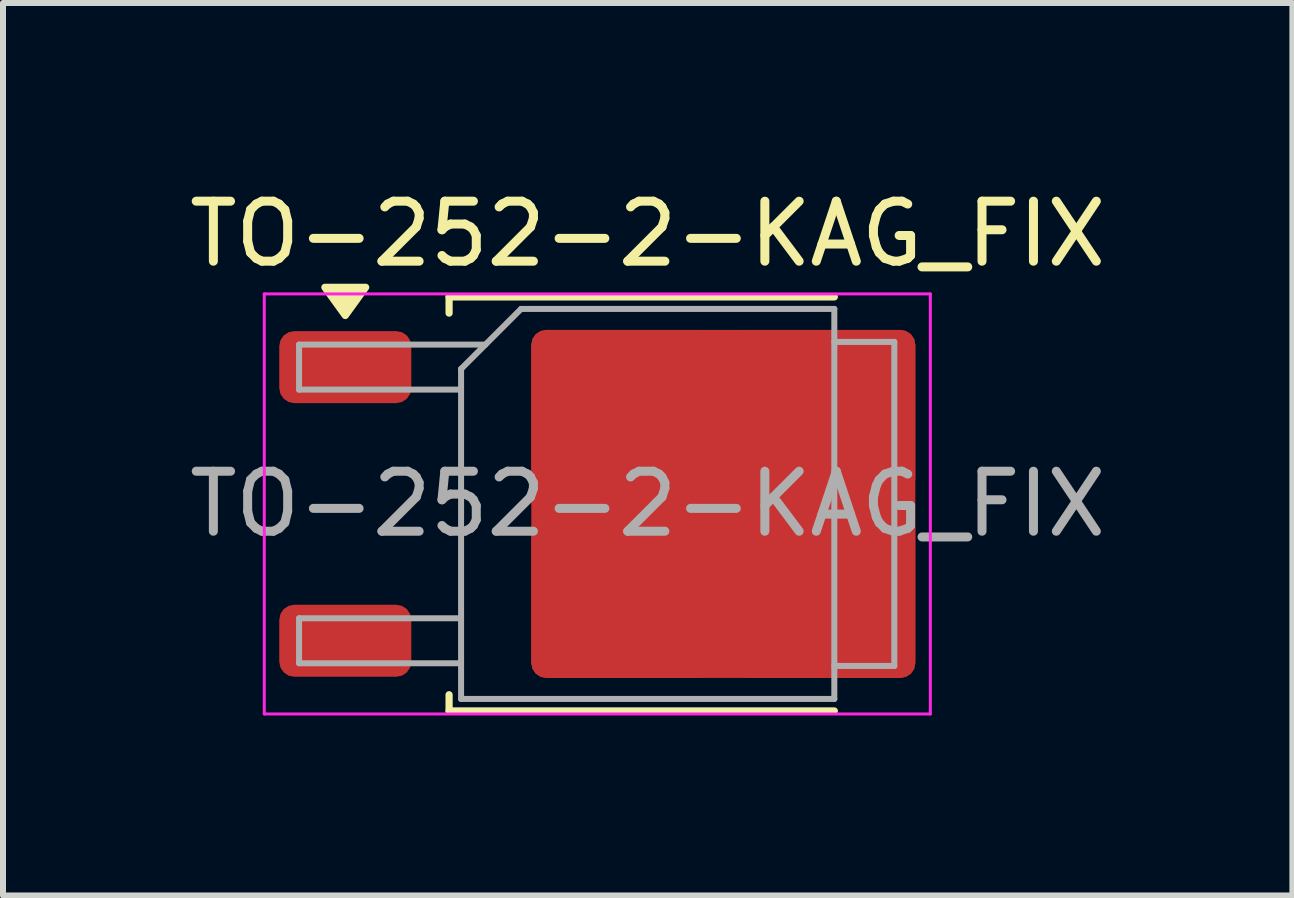
<source format=kicad_pcb>
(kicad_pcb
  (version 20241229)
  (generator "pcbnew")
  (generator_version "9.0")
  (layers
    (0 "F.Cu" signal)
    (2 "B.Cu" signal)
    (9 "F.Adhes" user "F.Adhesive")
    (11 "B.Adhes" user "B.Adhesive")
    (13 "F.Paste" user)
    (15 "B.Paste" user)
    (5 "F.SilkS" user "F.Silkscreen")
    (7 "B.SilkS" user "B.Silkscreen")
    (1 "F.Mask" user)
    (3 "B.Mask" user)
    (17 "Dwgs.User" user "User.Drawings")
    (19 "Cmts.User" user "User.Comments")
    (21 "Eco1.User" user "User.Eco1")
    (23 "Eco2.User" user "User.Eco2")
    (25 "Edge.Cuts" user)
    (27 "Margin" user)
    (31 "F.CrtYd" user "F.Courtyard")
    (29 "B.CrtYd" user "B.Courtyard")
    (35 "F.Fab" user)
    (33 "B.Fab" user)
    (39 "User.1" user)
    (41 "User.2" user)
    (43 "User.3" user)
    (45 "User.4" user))
  (footprint "TO-252-2-KAG_FIX"
    (layer "F.Cu")
    (at 7.744 5.348)
    (property "Reference" "TO-252-2-KAG_FIX" (at 0 -4.5 0) (layer "F.SilkS") (effects (font (size 1 1) (thickness 0.15))))
    (attr smd)
    (fp_line (start -3.31 -3.45) (end -3.31 -3.18) (stroke (width 0.12) (type solid)) (layer "F.SilkS"))
    (fp_line (start -3.31 3.45) (end -3.31 3.18) (stroke (width 0.12) (type solid)) (layer "F.SilkS"))
    (fp_line (start 3.11 -3.45) (end -3.31 -3.45) (stroke (width 0.12) (type solid)) (layer "F.SilkS"))
    (fp_line (start 3.11 3.45) (end -3.31 3.45) (stroke (width 0.12) (type solid)) (layer "F.SilkS"))
    (fp_poly (pts (xy -5.04 -3.14) (xy -5.38 -3.61) (xy -4.7 -3.61) (xy -5.04 -3.14)) (stroke (width 0.12) (type solid)) (fill yes) (layer "F.SilkS"))
    (fp_line (start -6.39 -3.5) (end -6.39 3.5) (stroke (width 0.05) (type solid)) (layer "F.CrtYd"))
    (fp_line (start -6.39 3.5) (end 4.71 3.5) (stroke (width 0.05) (type solid)) (layer "F.CrtYd"))
    (fp_line (start 4.71 -3.5) (end -6.39 -3.5) (stroke (width 0.05) (type solid)) (layer "F.CrtYd"))
    (fp_line (start 4.71 3.5) (end 4.71 -3.5) (stroke (width 0.05) (type solid)) (layer "F.CrtYd"))
    (fp_line (start -5.81 -2.655) (end -5.81 -1.905) (stroke (width 0.1) (type solid)) (layer "F.Fab"))
    (fp_line (start -5.81 -1.905) (end -3.11 -1.905) (stroke (width 0.1) (type solid)) (layer "F.Fab"))
    (fp_line (start -5.81 1.905) (end -5.81 2.655) (stroke (width 0.1) (type solid)) (layer "F.Fab"))
    (fp_line (start -5.81 2.655) (end -3.11 2.655) (stroke (width 0.1) (type solid)) (layer "F.Fab"))
    (fp_line (start -3.11 -2.25) (end -2.11 -3.25) (stroke (width 0.1) (type solid)) (layer "F.Fab"))
    (fp_line (start -3.11 1.905) (end -5.81 1.905) (stroke (width 0.1) (type solid)) (layer "F.Fab"))
    (fp_line (start -3.11 3.25) (end -3.11 -2.25) (stroke (width 0.1) (type solid)) (layer "F.Fab"))
    (fp_line (start -2.705 -2.655) (end -5.81 -2.655) (stroke (width 0.1) (type solid)) (layer "F.Fab"))
    (fp_line (start -2.11 -3.25) (end 3.11 -3.25) (stroke (width 0.1) (type solid)) (layer "F.Fab"))
    (fp_line (start 3.11 -3.25) (end 3.11 3.25) (stroke (width 0.1) (type solid)) (layer "F.Fab"))
    (fp_line (start 3.11 -2.7) (end 4.11 -2.7) (stroke (width 0.1) (type solid)) (layer "F.Fab"))
    (fp_line (start 3.11 3.25) (end -3.11 3.25) (stroke (width 0.1) (type solid)) (layer "F.Fab"))
    (fp_line (start 4.11 -2.7) (end 4.11 2.7) (stroke (width 0.1) (type solid)) (layer "F.Fab"))
    (fp_line (start 4.11 2.7) (end 3.11 2.7) (stroke (width 0.1) (type solid)) (layer "F.Fab"))
    (fp_text user "${REFERENCE}" (at 0 0 0) (layer "F.Fab") (effects (font (size 1 1) (thickness 0.15))))
    (pad "1" smd roundrect (at -0.415 -1.525) (size 3.05 2.75) (layers "F.Cu" "F.Paste") (roundrect_rratio 0.091))
    (pad "1" smd roundrect (at -0.415 1.525) (size 3.05 2.75) (layers "F.Cu" "F.Paste") (roundrect_rratio 0.091))
    (pad "1" smd roundrect (at 1.26 0) (size 6.4 5.8) (layers "F.Cu" "F.Mask") (roundrect_rratio 0.043))
    (pad "1" smd roundrect (at 2.935 -1.525) (size 3.05 2.75) (layers "F.Cu" "F.Paste") (roundrect_rratio 0.091))
    (pad "1" smd roundrect (at 2.935 1.525) (size 3.05 2.75) (layers "F.Cu" "F.Paste") (roundrect_rratio 0.091))
    (pad "2" smd roundrect (at -5.04 2.28) (size 2.2 1.2) (layers "F.Cu" "F.Mask" "F.Paste") (roundrect_rratio 0.208))
    (pad "3" smd roundrect (at -5.04 -2.28) (size 2.2 1.2) (layers "F.Cu" "F.Mask" "F.Paste") (roundrect_rratio 0.208)))
  (gr_rect
    (start -3 -3)
    (end 18.488 11.873)
    (stroke (width 0.1) (type default))
    (fill no)
    (layer "Edge.Cuts")))
</source>
